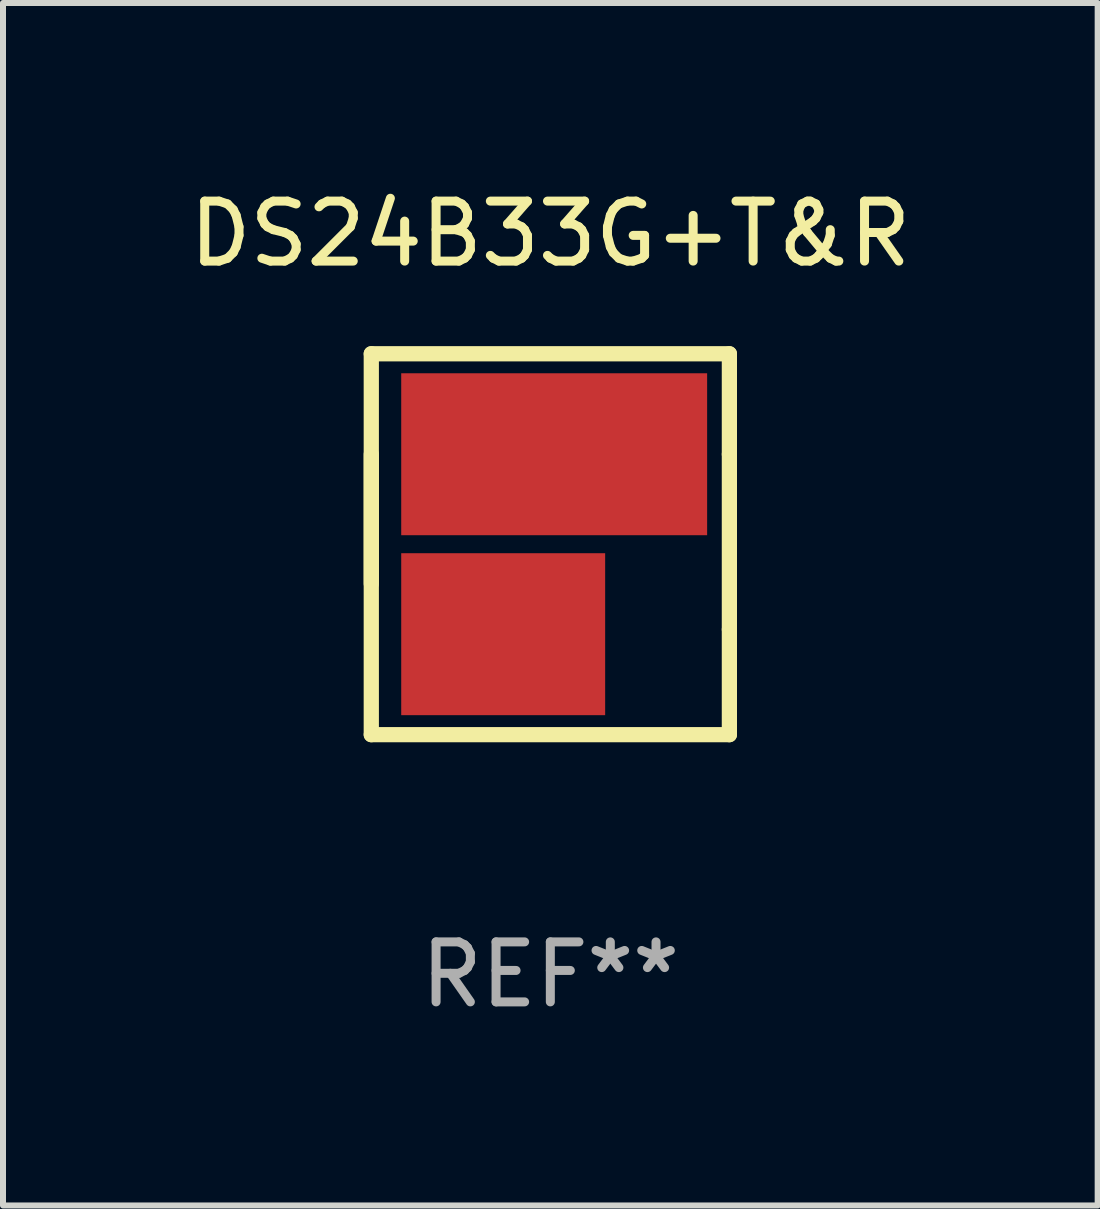
<source format=kicad_pcb>
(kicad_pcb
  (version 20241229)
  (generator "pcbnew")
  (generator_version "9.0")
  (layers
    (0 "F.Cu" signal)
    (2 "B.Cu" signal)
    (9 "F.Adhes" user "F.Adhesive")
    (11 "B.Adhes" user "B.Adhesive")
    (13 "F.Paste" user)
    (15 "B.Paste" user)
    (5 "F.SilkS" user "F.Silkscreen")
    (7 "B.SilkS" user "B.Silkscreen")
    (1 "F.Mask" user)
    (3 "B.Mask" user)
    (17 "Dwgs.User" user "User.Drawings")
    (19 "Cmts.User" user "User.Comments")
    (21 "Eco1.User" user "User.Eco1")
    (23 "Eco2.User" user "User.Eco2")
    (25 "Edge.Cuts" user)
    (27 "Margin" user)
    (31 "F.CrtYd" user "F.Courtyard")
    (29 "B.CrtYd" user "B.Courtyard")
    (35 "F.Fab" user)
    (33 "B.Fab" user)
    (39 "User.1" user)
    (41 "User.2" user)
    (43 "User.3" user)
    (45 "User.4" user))
  (footprint "DS24B33G+T&R"
    (layer "F.Cu")
    (at 6.125 6.023)
    (property "Reference" "DS24B33G+T&R" (at 0 -5.175 0) (layer "F.SilkS") (effects (font (size 1 1) (thickness 0.15))))
    (attr through_hole)
    (fp_line (start -2.985 -3.175) (end -2.985 3.175) (stroke (width 0.254) (type solid)) (layer "F.SilkS"))
    (fp_line (start -2.985 -1.5) (end -2.985 0.659) (stroke (width 0.254) (type solid)) (layer "F.SilkS"))
    (fp_line (start -2.985 3.175) (end 2.985 3.175) (stroke (width 0.254) (type solid)) (layer "F.SilkS"))
    (fp_line (start 2.985 -3.175) (end -2.985 -3.175) (stroke (width 0.254) (type solid)) (layer "F.SilkS"))
    (fp_line (start 2.985 -1.5) (end 2.985 -3.175) (stroke (width 0.254) (type solid)) (layer "F.SilkS"))
    (fp_line (start 2.985 -1.5) (end 2.985 1.421) (stroke (width 0.254) (type solid)) (layer "F.SilkS"))
    (fp_line (start 2.985 3.175) (end 2.985 1.421) (stroke (width 0.254) (type solid)) (layer "F.SilkS"))
    (fp_text user "REF**" (at 0 7.175 0) (layer "F.Fab") (effects (font (size 1 1) (thickness 0.15))))
    (pad "1" smd rect (at -0.786 1.5) (size 3.4 2.7) (layers "F.Cu" "F.Mask" "F.Paste"))
    (pad "2" smd rect (at 0.064 -1.5) (size 5.1 2.7) (layers "F.Cu" "F.Mask" "F.Paste")))
  (gr_rect
    (start -3 -3)
    (end 15.25 17.047)
    (stroke (width 0.1) (type default))
    (fill no)
    (layer "Edge.Cuts")))
</source>
